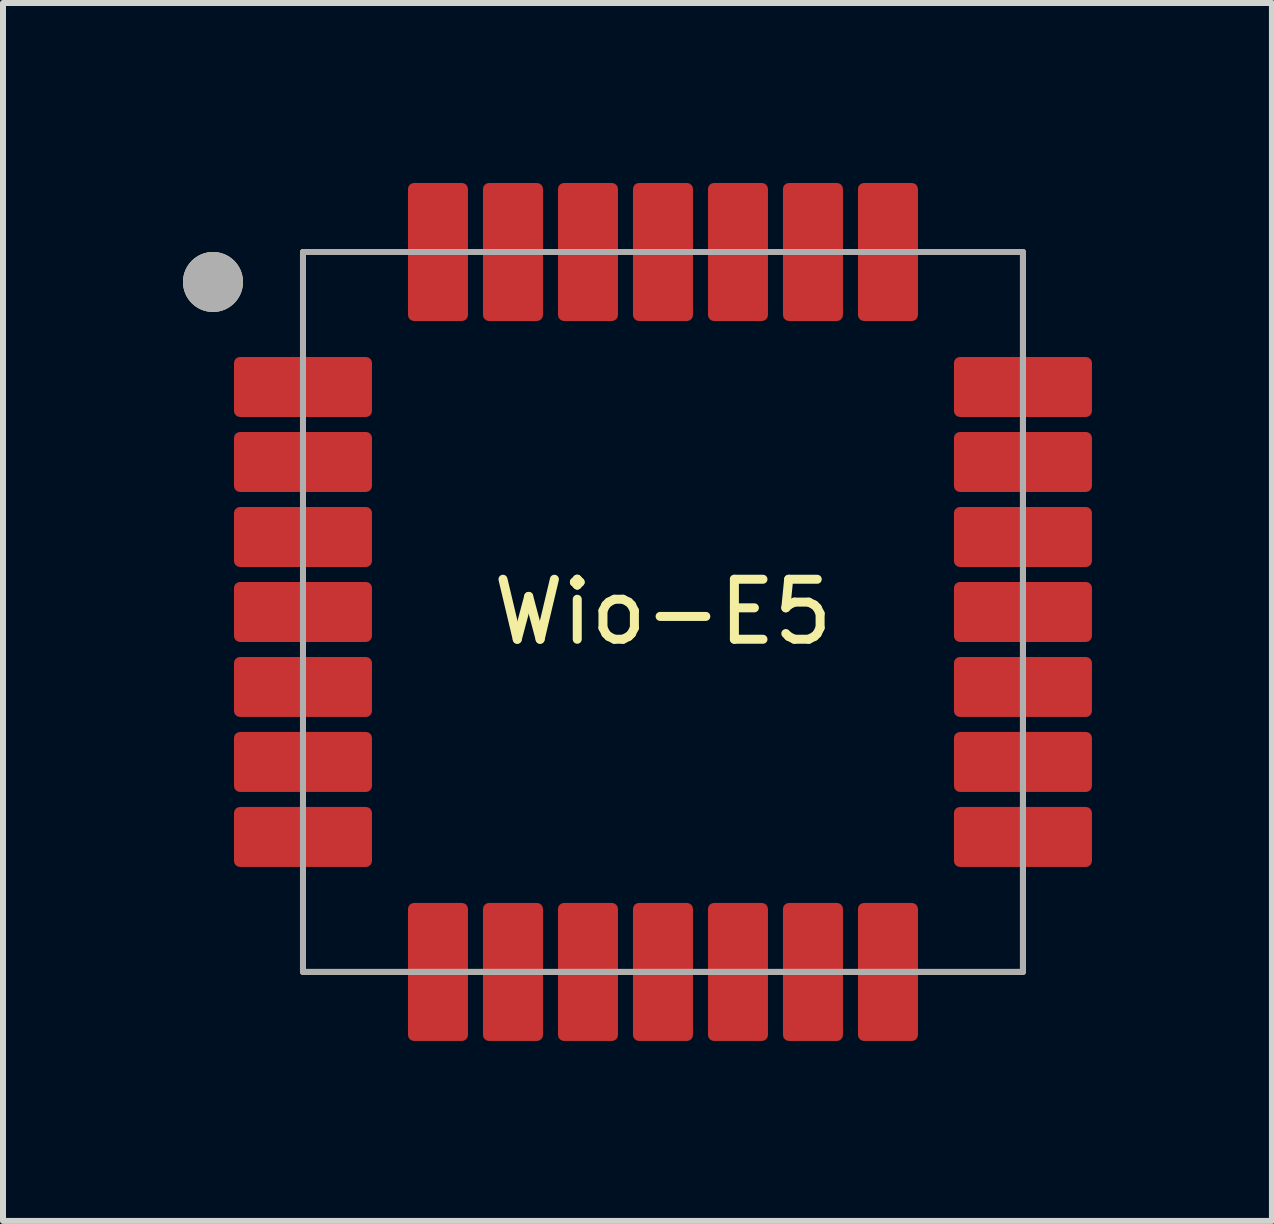
<source format=kicad_pcb>
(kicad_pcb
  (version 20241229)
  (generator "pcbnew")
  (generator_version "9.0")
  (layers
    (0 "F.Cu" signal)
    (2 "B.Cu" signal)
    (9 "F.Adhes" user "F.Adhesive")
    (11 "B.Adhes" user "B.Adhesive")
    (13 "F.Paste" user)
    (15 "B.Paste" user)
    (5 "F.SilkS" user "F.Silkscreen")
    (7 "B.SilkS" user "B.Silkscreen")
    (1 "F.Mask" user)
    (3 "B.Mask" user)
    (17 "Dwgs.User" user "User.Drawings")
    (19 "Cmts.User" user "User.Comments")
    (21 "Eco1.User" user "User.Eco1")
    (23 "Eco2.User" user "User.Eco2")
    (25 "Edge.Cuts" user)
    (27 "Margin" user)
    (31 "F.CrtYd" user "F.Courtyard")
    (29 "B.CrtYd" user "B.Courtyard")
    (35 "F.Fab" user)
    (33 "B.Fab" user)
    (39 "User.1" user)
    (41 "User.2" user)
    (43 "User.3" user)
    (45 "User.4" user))
  (footprint "Wio-E5"
    (layer "F.Cu")
    (at 8 7.15)
    (property "Reference" "Wio-E5" (at 0 0 0) (layer "F.SilkS") (effects (font (size 1 1) (thickness 0.15))))
    (attr through_hole)
    (fp_rect (start -6 -6) (end 6 6) (stroke (width 0.1) (type default)) (fill no) (layer "F.SilkS"))
    (fp_circle (center -7.5 -5.5) (end -7 -5.5) (stroke (width 0) (type solid)) (fill yes) (layer "F.SilkS"))
    (fp_rect (start -6 -6) (end 6 6) (stroke (width 0.1) (type solid)) (fill no) (layer "F.Fab"))
    (fp_circle (center -7.5 -5.5) (end -7 -5.5) (stroke (width 0) (type solid)) (fill yes) (layer "F.Fab"))
    (pad "1" smd roundrect (at -6 -3.75 90) (size 1 2.3) (layers "F.Cu" "F.Mask" "F.Paste") (roundrect_rratio 0.1))
    (pad "2" smd roundrect (at -6 -2.5 90) (size 1 2.3) (layers "F.Cu" "F.Mask" "F.Paste") (roundrect_rratio 0.1))
    (pad "3" smd roundrect (at -6 -1.25 90) (size 1 2.3) (layers "F.Cu" "F.Mask" "F.Paste") (roundrect_rratio 0.1))
    (pad "4" smd roundrect (at -6 0 90) (size 1 2.3) (layers "F.Cu" "F.Mask" "F.Paste") (roundrect_rratio 0.1))
    (pad "5" smd roundrect (at -6 1.25 90) (size 1 2.3) (layers "F.Cu" "F.Mask" "F.Paste") (roundrect_rratio 0.1))
    (pad "6" smd roundrect (at -6 2.5 90) (size 1 2.3) (layers "F.Cu" "F.Mask" "F.Paste") (roundrect_rratio 0.1))
    (pad "7" smd roundrect (at -6 3.75 90) (size 1 2.3) (layers "F.Cu" "F.Mask" "F.Paste") (roundrect_rratio 0.1))
    (pad "8" smd roundrect (at -3.75 6 180) (size 1 2.3) (layers "F.Cu" "F.Mask" "F.Paste") (roundrect_rratio 0.1))
    (pad "9" smd roundrect (at -2.5 6 180) (size 1 2.3) (layers "F.Cu" "F.Mask" "F.Paste") (roundrect_rratio 0.1))
    (pad "10" smd roundrect (at -1.25 6 180) (size 1 2.3) (layers "F.Cu" "F.Mask" "F.Paste") (roundrect_rratio 0.1))
    (pad "11" smd roundrect (at 0 6 180) (size 1 2.3) (layers "F.Cu" "F.Mask" "F.Paste") (roundrect_rratio 0.1))
    (pad "12" smd roundrect (at 1.25 6 180) (size 1 2.3) (layers "F.Cu" "F.Mask" "F.Paste") (roundrect_rratio 0.1))
    (pad "13" smd roundrect (at 2.5 6 180) (size 1 2.3) (layers "F.Cu" "F.Mask" "F.Paste") (roundrect_rratio 0.1))
    (pad "14" smd roundrect (at 3.75 6 180) (size 1 2.3) (layers "F.Cu" "F.Mask" "F.Paste") (roundrect_rratio 0.1))
    (pad "15" smd roundrect (at 6 3.75 270) (size 1 2.3) (layers "F.Cu" "F.Mask" "F.Paste") (roundrect_rratio 0.1))
    (pad "16" smd roundrect (at 6 2.5 270) (size 1 2.3) (layers "F.Cu" "F.Mask" "F.Paste") (roundrect_rratio 0.1))
    (pad "17" smd roundrect (at 6 1.25 270) (size 1 2.3) (layers "F.Cu" "F.Mask" "F.Paste") (roundrect_rratio 0.1))
    (pad "18" smd roundrect (at 6 0 270) (size 1 2.3) (layers "F.Cu" "F.Mask" "F.Paste") (roundrect_rratio 0.1))
    (pad "19" smd roundrect (at 6 -1.25 270) (size 1 2.3) (layers "F.Cu" "F.Mask" "F.Paste") (roundrect_rratio 0.1))
    (pad "20" smd roundrect (at 6 -2.5 270) (size 1 2.3) (layers "F.Cu" "F.Mask" "F.Paste") (roundrect_rratio 0.1))
    (pad "21" smd roundrect (at 6 -3.75 270) (size 1 2.3) (layers "F.Cu" "F.Mask" "F.Paste") (roundrect_rratio 0.1))
    (pad "22" smd roundrect (at 3.75 -6) (size 1 2.3) (layers "F.Cu" "F.Mask" "F.Paste") (roundrect_rratio 0.1))
    (pad "23" smd roundrect (at 2.5 -6) (size 1 2.3) (layers "F.Cu" "F.Mask" "F.Paste") (roundrect_rratio 0.1))
    (pad "24" smd roundrect (at 1.25 -6) (size 1 2.3) (layers "F.Cu" "F.Mask" "F.Paste") (roundrect_rratio 0.1))
    (pad "25" smd roundrect (at 0 -6) (size 1 2.3) (layers "F.Cu" "F.Mask" "F.Paste") (roundrect_rratio 0.1))
    (pad "26" smd roundrect (at -1.25 -6) (size 1 2.3) (layers "F.Cu" "F.Mask" "F.Paste") (roundrect_rratio 0.1))
    (pad "27" smd roundrect (at -2.5 -6) (size 1 2.3) (layers "F.Cu" "F.Mask" "F.Paste") (roundrect_rratio 0.1))
    (pad "28" smd roundrect (at -3.75 -6) (size 1 2.3) (layers "F.Cu" "F.Mask" "F.Paste") (roundrect_rratio 0.1)))
  (gr_rect
    (start -3 -3)
    (end 18.15 17.3)
    (stroke (width 0.1) (type default))
    (fill no)
    (layer "Edge.Cuts")))
</source>
